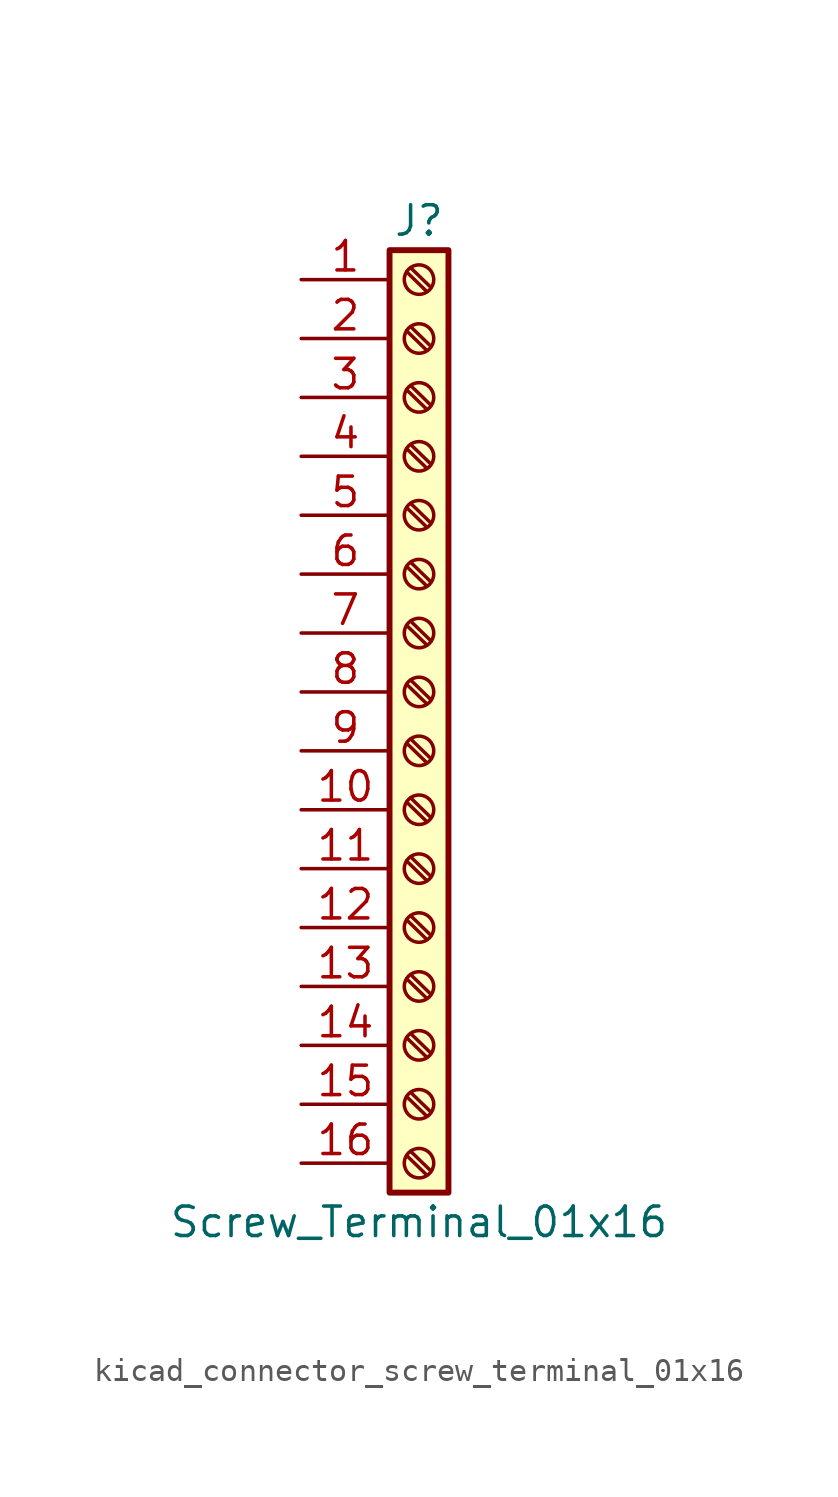
<source format=kicad_sym>
(kicad_symbol_lib
  (version 20220914)
  (generator kicad_symbol_editor)
  (symbol "kicad_connector_screw_terminal_01x16"
    (pin_names
      (offset 1.016) hide)
    (property "Reference" "J"
      (at 0 20.32 0)
      (effects (font (size 1.27 1.27))))
    (property "Value" "Screw_Terminal_01x16"
      (at 0 -22.86 0)
      (effects (font (size 1.27 1.27))))
    (symbol "kicad_connector_screw_terminal_01x16_1_1"
      (rectangle (start -1.27 19.05) (end 1.27 -21.59) (stroke (width 0.254) (type default)) (fill (type background)))
      (circle (center 0 -20.32) (radius 0.635) (stroke (width 0.152) (type default)) (fill (type none)))
      (circle (center 0 -17.78) (radius 0.635) (stroke (width 0.152) (type default)) (fill (type none)))
      (circle (center 0 -15.24) (radius 0.635) (stroke (width 0.152) (type default)) (fill (type none)))
      (circle (center 0 -12.7) (radius 0.635) (stroke (width 0.152) (type default)) (fill (type none)))
      (circle (center 0 -10.16) (radius 0.635) (stroke (width 0.152) (type default)) (fill (type none)))
      (circle (center 0 -7.62) (radius 0.635) (stroke (width 0.152) (type default)) (fill (type none)))
      (circle (center 0 -5.08) (radius 0.635) (stroke (width 0.152) (type default)) (fill (type none)))
      (circle (center 0 -2.54) (radius 0.635) (stroke (width 0.152) (type default)) (fill (type none)))
      (polyline (pts (xy -0.533 -19.99) (xy 0.33 -20.828)) (stroke (width 0.152) (type default)) (fill (type none)))
      (polyline (pts (xy -0.533 -17.45) (xy 0.33 -18.288)) (stroke (width 0.152) (type default)) (fill (type none)))
      (polyline (pts (xy -0.533 -14.91) (xy 0.33 -15.748)) (stroke (width 0.152) (type default)) (fill (type none)))
      (polyline (pts (xy -0.533 -12.37) (xy 0.33 -13.208)) (stroke (width 0.152) (type default)) (fill (type none)))
      (polyline (pts (xy -0.533 -9.83) (xy 0.33 -10.668)) (stroke (width 0.152) (type default)) (fill (type none)))
      (polyline (pts (xy -0.533 -7.29) (xy 0.33 -8.128)) (stroke (width 0.152) (type default)) (fill (type none)))
      (polyline (pts (xy -0.533 -4.75) (xy 0.33 -5.588)) (stroke (width 0.152) (type default)) (fill (type none)))
      (polyline (pts (xy -0.533 -2.21) (xy 0.33 -3.048)) (stroke (width 0.152) (type default)) (fill (type none)))
      (polyline (pts (xy -0.533 0.33) (xy 0.33 -0.508)) (stroke (width 0.152) (type default)) (fill (type none)))
      (polyline (pts (xy -0.533 2.87) (xy 0.33 2.032)) (stroke (width 0.152) (type default)) (fill (type none)))
      (polyline (pts (xy -0.533 5.41) (xy 0.33 4.572)) (stroke (width 0.152) (type default)) (fill (type none)))
      (polyline (pts (xy -0.533 7.95) (xy 0.33 7.112)) (stroke (width 0.152) (type default)) (fill (type none)))
      (polyline (pts (xy -0.533 10.49) (xy 0.33 9.652)) (stroke (width 0.152) (type default)) (fill (type none)))
      (polyline (pts (xy -0.533 13.03) (xy 0.33 12.192)) (stroke (width 0.152) (type default)) (fill (type none)))
      (polyline (pts (xy -0.533 15.57) (xy 0.33 14.732)) (stroke (width 0.152) (type default)) (fill (type none)))
      (polyline (pts (xy -0.533 18.11) (xy 0.33 17.272)) (stroke (width 0.152) (type default)) (fill (type none)))
      (polyline (pts (xy -0.356 -19.812) (xy 0.508 -20.65)) (stroke (width 0.152) (type default)) (fill (type none)))
      (polyline (pts (xy -0.356 -17.272) (xy 0.508 -18.11)) (stroke (width 0.152) (type default)) (fill (type none)))
      (polyline (pts (xy -0.356 -14.732) (xy 0.508 -15.57)) (stroke (width 0.152) (type default)) (fill (type none)))
      (polyline (pts (xy -0.356 -12.192) (xy 0.508 -13.03)) (stroke (width 0.152) (type default)) (fill (type none)))
      (polyline (pts (xy -0.356 -9.652) (xy 0.508 -10.49)) (stroke (width 0.152) (type default)) (fill (type none)))
      (polyline (pts (xy -0.356 -7.112) (xy 0.508 -7.95)) (stroke (width 0.152) (type default)) (fill (type none)))
      (polyline (pts (xy -0.356 -4.572) (xy 0.508 -5.41)) (stroke (width 0.152) (type default)) (fill (type none)))
      (polyline (pts (xy -0.356 -2.032) (xy 0.508 -2.87)) (stroke (width 0.152) (type default)) (fill (type none)))
      (polyline (pts (xy -0.356 0.508) (xy 0.508 -0.33)) (stroke (width 0.152) (type default)) (fill (type none)))
      (polyline (pts (xy -0.356 3.048) (xy 0.508 2.21)) (stroke (width 0.152) (type default)) (fill (type none)))
      (polyline (pts (xy -0.356 5.588) (xy 0.508 4.75)) (stroke (width 0.152) (type default)) (fill (type none)))
      (polyline (pts (xy -0.356 8.128) (xy 0.508 7.29)) (stroke (width 0.152) (type default)) (fill (type none)))
      (polyline (pts (xy -0.356 10.668) (xy 0.508 9.83)) (stroke (width 0.152) (type default)) (fill (type none)))
      (polyline (pts (xy -0.356 13.208) (xy 0.508 12.37)) (stroke (width 0.152) (type default)) (fill (type none)))
      (polyline (pts (xy -0.356 15.748) (xy 0.508 14.91)) (stroke (width 0.152) (type default)) (fill (type none)))
      (polyline (pts (xy -0.356 18.288) (xy 0.508 17.45)) (stroke (width 0.152) (type default)) (fill (type none)))
      (circle (center 0 0) (radius 0.635) (stroke (width 0.152) (type default)) (fill (type none)))
      (circle (center 0 2.54) (radius 0.635) (stroke (width 0.152) (type default)) (fill (type none)))
      (circle (center 0 5.08) (radius 0.635) (stroke (width 0.152) (type default)) (fill (type none)))
      (circle (center 0 7.62) (radius 0.635) (stroke (width 0.152) (type default)) (fill (type none)))
      (circle (center 0 10.16) (radius 0.635) (stroke (width 0.152) (type default)) (fill (type none)))
      (circle (center 0 12.7) (radius 0.635) (stroke (width 0.152) (type default)) (fill (type none)))
      (circle (center 0 15.24) (radius 0.635) (stroke (width 0.152) (type default)) (fill (type none)))
      (circle (center 0 17.78) (radius 0.635) (stroke (width 0.152) (type default)) (fill (type none)))
      (pin passive line (at -5.08 17.78 0) (length 3.81) (name "Pin_1" (effects (font (size 1.27 1.27)))) (number "1" (effects (font (size 1.27 1.27)))))
      (pin passive line (at -5.08 -5.08 0) (length 3.81) (name "Pin_10" (effects (font (size 1.27 1.27)))) (number "10" (effects (font (size 1.27 1.27)))))
      (pin passive line (at -5.08 -7.62 0) (length 3.81) (name "Pin_11" (effects (font (size 1.27 1.27)))) (number "11" (effects (font (size 1.27 1.27)))))
      (pin passive line (at -5.08 -10.16 0) (length 3.81) (name "Pin_12" (effects (font (size 1.27 1.27)))) (number "12" (effects (font (size 1.27 1.27)))))
      (pin passive line (at -5.08 -12.7 0) (length 3.81) (name "Pin_13" (effects (font (size 1.27 1.27)))) (number "13" (effects (font (size 1.27 1.27)))))
      (pin passive line (at -5.08 -15.24 0) (length 3.81) (name "Pin_14" (effects (font (size 1.27 1.27)))) (number "14" (effects (font (size 1.27 1.27)))))
      (pin passive line (at -5.08 -17.78 0) (length 3.81) (name "Pin_15" (effects (font (size 1.27 1.27)))) (number "15" (effects (font (size 1.27 1.27)))))
      (pin passive line (at -5.08 -20.32 0) (length 3.81) (name "Pin_16" (effects (font (size 1.27 1.27)))) (number "16" (effects (font (size 1.27 1.27)))))
      (pin passive line (at -5.08 15.24 0) (length 3.81) (name "Pin_2" (effects (font (size 1.27 1.27)))) (number "2" (effects (font (size 1.27 1.27)))))
      (pin passive line (at -5.08 12.7 0) (length 3.81) (name "Pin_3" (effects (font (size 1.27 1.27)))) (number "3" (effects (font (size 1.27 1.27)))))
      (pin passive line (at -5.08 10.16 0) (length 3.81) (name "Pin_4" (effects (font (size 1.27 1.27)))) (number "4" (effects (font (size 1.27 1.27)))))
      (pin passive line (at -5.08 7.62 0) (length 3.81) (name "Pin_5" (effects (font (size 1.27 1.27)))) (number "5" (effects (font (size 1.27 1.27)))))
      (pin passive line (at -5.08 5.08 0) (length 3.81) (name "Pin_6" (effects (font (size 1.27 1.27)))) (number "6" (effects (font (size 1.27 1.27)))))
      (pin passive line (at -5.08 2.54 0) (length 3.81) (name "Pin_7" (effects (font (size 1.27 1.27)))) (number "7" (effects (font (size 1.27 1.27)))))
      (pin passive line (at -5.08 0 0) (length 3.81) (name "Pin_8" (effects (font (size 1.27 1.27)))) (number "8" (effects (font (size 1.27 1.27)))))
      (pin passive line (at -5.08 -2.54 0) (length 3.81) (name "Pin_9" (effects (font (size 1.27 1.27)))) (number "9" (effects (font (size 1.27 1.27))))))))
</source>
